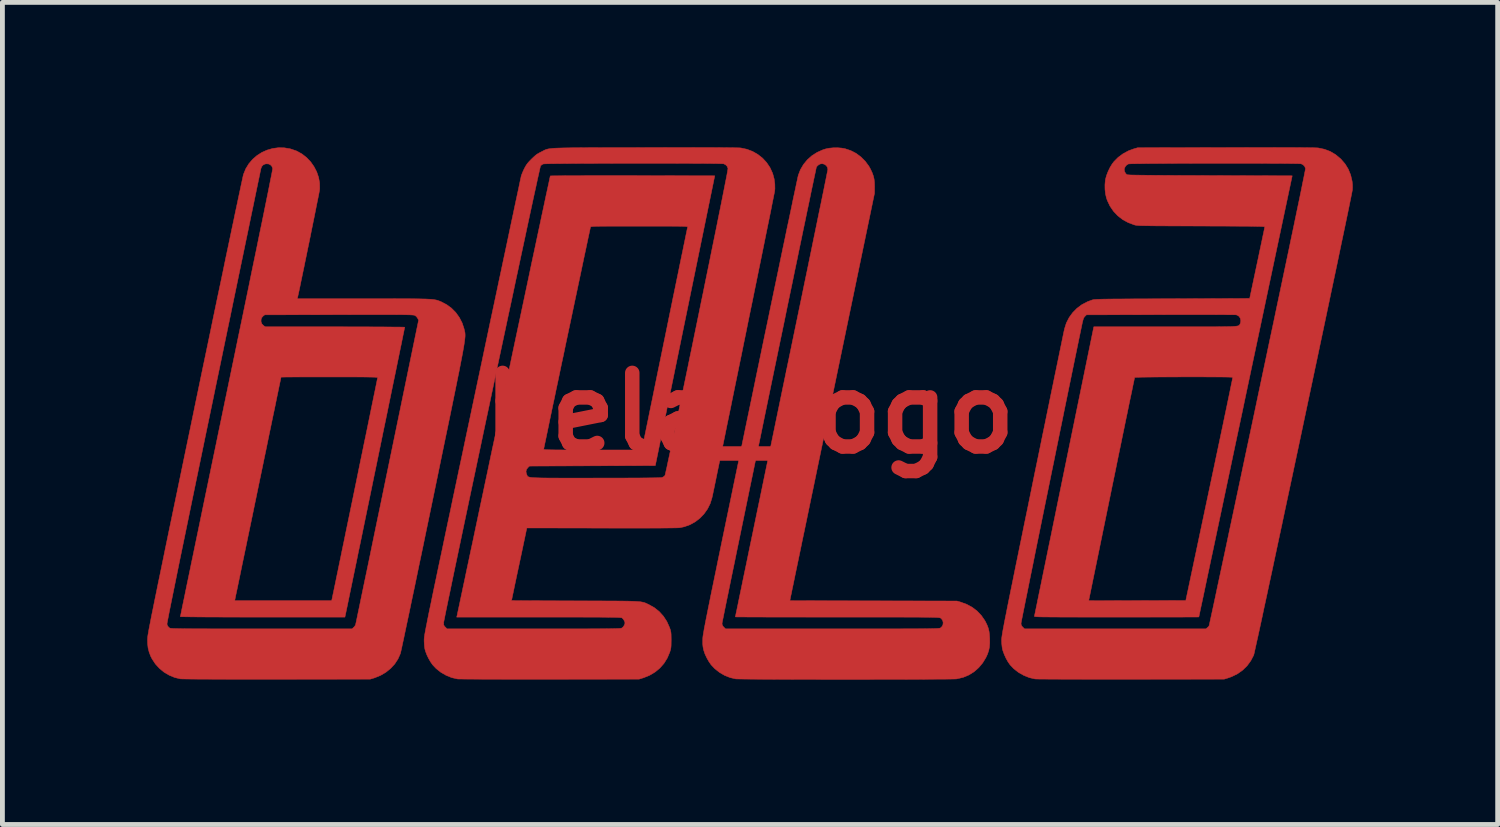
<source format=kicad_pcb>
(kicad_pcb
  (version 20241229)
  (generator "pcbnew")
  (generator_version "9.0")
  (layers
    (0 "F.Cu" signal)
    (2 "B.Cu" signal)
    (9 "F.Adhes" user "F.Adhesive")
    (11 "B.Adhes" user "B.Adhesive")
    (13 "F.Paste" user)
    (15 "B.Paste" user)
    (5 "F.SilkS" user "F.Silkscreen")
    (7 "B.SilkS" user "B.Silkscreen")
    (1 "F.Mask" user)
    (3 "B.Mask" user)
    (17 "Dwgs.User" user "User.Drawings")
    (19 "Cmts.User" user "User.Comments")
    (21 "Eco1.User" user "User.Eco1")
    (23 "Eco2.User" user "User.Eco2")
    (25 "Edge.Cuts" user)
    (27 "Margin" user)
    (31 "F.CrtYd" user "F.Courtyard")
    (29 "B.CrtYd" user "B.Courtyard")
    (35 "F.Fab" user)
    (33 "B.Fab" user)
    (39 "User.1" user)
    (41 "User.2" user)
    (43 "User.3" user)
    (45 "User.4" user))
  (footprint "bela_logo"
    (layer "F.Cu")
    (at 12.475 5.507)
    (property "Reference" "bela_logo" (at 0 0 0) (layer "F.Cu") (effects (font (size 1.524 1.524) (thickness 0.3))))
    (attr through_hole)
    (fp_poly (pts (xy 1.907 -5.49) (xy 1.974 -5.478) (xy 2.092 -5.439) (xy 2.203 -5.382) (xy 2.304 -5.307) (xy 2.393 -5.218) (xy 2.468 -5.117) (xy 2.503 -5.054) (xy 2.538 -4.979) (xy 2.562 -4.912) (xy 2.577 -4.848) (xy 2.585 -4.777) (xy 2.587 -4.692) (xy 2.587 -4.688) (xy 2.586 -4.556) (xy 1.716 -0.37) (xy 1.654 -0.077) (xy 1.594 0.212) (xy 1.536 0.494) (xy 1.478 0.771) (xy 1.422 1.04) (xy 1.368 1.301) (xy 1.316 1.553) (xy 1.265 1.796) (xy 1.217 2.029) (xy 1.171 2.251) (xy 1.127 2.462) (xy 1.085 2.661) (xy 1.047 2.847) (xy 1.011 3.019) (xy 0.978 3.177) (xy 0.948 3.321) (xy 0.922 3.448) (xy 0.899 3.56) (xy 0.879 3.654) (xy 0.864 3.731) (xy 0.851 3.789) (xy 0.843 3.828) (xy 0.84 3.847) (xy 0.839 3.849) (xy 0.833 3.883) (xy 4.292 3.89) (xy 4.372 3.913) (xy 4.495 3.958) (xy 4.608 4.019) (xy 4.709 4.096) (xy 4.796 4.187) (xy 4.867 4.289) (xy 4.883 4.317) (xy 4.917 4.387) (xy 4.941 4.45) (xy 4.957 4.514) (xy 4.966 4.585) (xy 4.971 4.663) (xy 4.972 4.759) (xy 4.966 4.841) (xy 4.951 4.914) (xy 4.927 4.986) (xy 4.895 5.057) (xy 4.826 5.171) (xy 4.743 5.27) (xy 4.648 5.354) (xy 4.541 5.421) (xy 4.424 5.47) (xy 4.298 5.5) (xy 4.282 5.503) (xy 4.263 5.504) (xy 4.224 5.505) (xy 4.166 5.506) (xy 4.091 5.507) (xy 3.999 5.508) (xy 3.893 5.508) (xy 3.773 5.509) (xy 3.64 5.51) (xy 3.495 5.511) (xy 3.34 5.511) (xy 3.177 5.512) (xy 3.005 5.512) (xy 2.827 5.512) (xy 2.644 5.512) (xy 2.457 5.513) (xy 2.266 5.513) (xy 2.074 5.513) (xy 1.881 5.513) (xy 1.689 5.513) (xy 1.5 5.513) (xy 1.313 5.512) (xy 1.13 5.512) (xy 0.953 5.512) (xy 0.783 5.511) (xy 0.621 5.511) (xy 0.468 5.51) (xy 0.326 5.51) (xy 0.195 5.509) (xy 0.077 5.508) (xy -0.026 5.507) (xy -0.115 5.506) (xy -0.187 5.505) (xy -0.241 5.504) (xy -0.277 5.503) (xy -0.291 5.502) (xy -0.406 5.475) (xy -0.519 5.43) (xy -0.625 5.368) (xy -0.721 5.292) (xy -0.797 5.212) (xy -0.843 5.146) (xy -0.887 5.069) (xy -0.925 4.988) (xy -0.951 4.911) (xy -0.958 4.885) (xy -0.967 4.834) (xy -0.972 4.779) (xy -0.972 4.714) (xy -0.971 4.675) (xy -0.971 4.664) (xy -0.97 4.652) (xy -0.969 4.638) (xy -0.967 4.621) (xy -0.964 4.601) (xy -0.96 4.578) (xy -0.956 4.55) (xy -0.95 4.518) (xy -0.944 4.481) (xy -0.936 4.437) (xy -0.926 4.387) (xy -0.919 4.352) (xy -0.572 4.352) (xy -0.568 4.384) (xy -0.554 4.41) (xy -0.536 4.43) (xy -0.5 4.466) (xy 1.711 4.466) (xy 1.965 4.466) (xy 2.2 4.466) (xy 2.414 4.466) (xy 2.611 4.466) (xy 2.789 4.466) (xy 2.951 4.466) (xy 3.096 4.466) (xy 3.227 4.465) (xy 3.343 4.465) (xy 3.446 4.465) (xy 3.536 4.464) (xy 3.614 4.464) (xy 3.682 4.463) (xy 3.739 4.462) (xy 3.788 4.461) (xy 3.828 4.46) (xy 3.86 4.459) (xy 3.886 4.458) (xy 3.907 4.456) (xy 3.922 4.455) (xy 3.934 4.453) (xy 3.942 4.451) (xy 3.948 4.449) (xy 3.953 4.447) (xy 3.954 4.446) (xy 3.986 4.415) (xy 4.004 4.375) (xy 4.007 4.331) (xy 3.995 4.288) (xy 3.969 4.254) (xy 3.955 4.243) (xy 3.951 4.241) (xy 3.945 4.239) (xy 3.938 4.237) (xy 3.929 4.235) (xy 3.915 4.233) (xy 3.898 4.232) (xy 3.874 4.23) (xy 3.845 4.229) (xy 3.809 4.228) (xy 3.764 4.227) (xy 3.711 4.226) (xy 3.648 4.226) (xy 3.575 4.225) (xy 3.49 4.224) (xy 3.392 4.224) (xy 3.282 4.224) (xy 3.157 4.223) (xy 3.017 4.223) (xy 2.862 4.223) (xy 2.689 4.223) (xy 2.499 4.223) (xy 2.291 4.223) (xy 2.063 4.223) (xy 1.815 4.223) (xy 1.812 4.223) (xy 1.603 4.223) (xy 1.399 4.223) (xy 1.202 4.223) (xy 1.012 4.222) (xy 0.831 4.222) (xy 0.66 4.222) (xy 0.5 4.222) (xy 0.351 4.222) (xy 0.216 4.221) (xy 0.093 4.221) (xy -0.014 4.221) (xy -0.106 4.22) (xy -0.181 4.22) (xy -0.238 4.22) (xy -0.276 4.219) (xy -0.295 4.219) (xy -0.296 4.219) (xy -0.294 4.208) (xy -0.288 4.178) (xy -0.278 4.128) (xy -0.263 4.059) (xy -0.245 3.972) (xy -0.224 3.868) (xy -0.199 3.747) (xy -0.17 3.609) (xy -0.139 3.457) (xy -0.104 3.289) (xy -0.066 3.108) (xy -0.026 2.913) (xy 0.017 2.705) (xy 0.063 2.485) (xy 0.111 2.253) (xy 0.161 2.011) (xy 0.214 1.758) (xy 0.268 1.496) (xy 0.324 1.225) (xy 0.382 0.946) (xy 0.442 0.659) (xy 0.503 0.365) (xy 0.565 0.065) (xy 0.628 -0.24) (xy 0.661 -0.4) (xy 0.725 -0.708) (xy 0.788 -1.011) (xy 0.85 -1.309) (xy 0.91 -1.6) (xy 0.969 -1.884) (xy 1.026 -2.16) (xy 1.082 -2.428) (xy 1.135 -2.687) (xy 1.187 -2.936) (xy 1.236 -3.175) (xy 1.283 -3.402) (xy 1.327 -3.618) (xy 1.369 -3.821) (xy 1.408 -4.011) (xy 1.444 -4.188) (xy 1.478 -4.35) (xy 1.508 -4.497) (xy 1.535 -4.628) (xy 1.558 -4.743) (xy 1.578 -4.841) (xy 1.594 -4.921) (xy 1.606 -4.982) (xy 1.615 -5.025) (xy 1.619 -5.048) (xy 1.619 -5.051) (xy 1.61 -5.094) (xy 1.584 -5.13) (xy 1.547 -5.156) (xy 1.504 -5.167) (xy 1.467 -5.163) (xy 1.434 -5.148) (xy 1.403 -5.123) (xy 1.383 -5.097) (xy 1.381 -5.092) (xy 1.378 -5.078) (xy 1.371 -5.044) (xy 1.36 -4.991) (xy 1.345 -4.92) (xy 1.326 -4.831) (xy 1.304 -4.726) (xy 1.278 -4.605) (xy 1.25 -4.469) (xy 1.219 -4.318) (xy 1.184 -4.154) (xy 1.148 -3.978) (xy 1.108 -3.789) (xy 1.067 -3.59) (xy 1.023 -3.38) (xy 0.978 -3.16) (xy 0.93 -2.932) (xy 0.882 -2.696) (xy 0.831 -2.453) (xy 0.779 -2.204) (xy 0.727 -1.949) (xy 0.673 -1.689) (xy 0.618 -1.425) (xy 0.563 -1.159) (xy 0.507 -0.89) (xy 0.451 -0.619) (xy 0.395 -0.348) (xy 0.339 -0.077) (xy 0.283 0.194) (xy 0.228 0.463) (xy 0.173 0.729) (xy 0.118 0.992) (xy 0.065 1.251) (xy 0.012 1.505) (xy -0.039 1.753) (xy -0.089 1.995) (xy -0.137 2.23) (xy -0.184 2.457) (xy -0.229 2.675) (xy -0.272 2.883) (xy -0.312 3.081) (xy -0.351 3.268) (xy -0.387 3.442) (xy -0.42 3.604) (xy -0.45 3.752) (xy -0.478 3.886) (xy -0.502 4.005) (xy -0.523 4.107) (xy -0.54 4.193) (xy -0.554 4.261) (xy -0.564 4.311) (xy -0.57 4.341) (xy -0.572 4.352) (xy -0.919 4.352) (xy -0.915 4.33) (xy -0.903 4.265) (xy -0.888 4.192) (xy -0.872 4.111) (xy -0.854 4.02) (xy -0.833 3.919) (xy -0.811 3.807) (xy -0.786 3.685) (xy -0.758 3.55) (xy -0.728 3.404) (xy -0.695 3.245) (xy -0.66 3.072) (xy -0.621 2.885) (xy -0.58 2.684) (xy -0.535 2.468) (xy -0.487 2.236) (xy -0.435 1.987) (xy -0.38 1.722) (xy -0.322 1.44) (xy -0.259 1.139) (xy -0.193 0.82) (xy -0.123 0.482) (xy -0.049 0.124) (xy 0.009 -0.153) (xy 0.074 -0.465) (xy 0.137 -0.772) (xy 0.2 -1.073) (xy 0.261 -1.368) (xy 0.321 -1.656) (xy 0.38 -1.936) (xy 0.436 -2.208) (xy 0.491 -2.471) (xy 0.544 -2.724) (xy 0.595 -2.967) (xy 0.643 -3.199) (xy 0.689 -3.42) (xy 0.733 -3.628) (xy 0.773 -3.823) (xy 0.812 -4.005) (xy 0.847 -4.172) (xy 0.879 -4.325) (xy 0.907 -4.462) (xy 0.933 -4.582) (xy 0.955 -4.686) (xy 0.973 -4.772) (xy 0.988 -4.84) (xy 0.998 -4.889) (xy 1.005 -4.918) (xy 1.007 -4.927) (xy 1.052 -5.045) (xy 1.116 -5.153) (xy 1.196 -5.25) (xy 1.29 -5.333) (xy 1.398 -5.402) (xy 1.517 -5.455) (xy 1.574 -5.473) (xy 1.647 -5.488) (xy 1.732 -5.496) (xy 1.821 -5.497) (xy 1.907 -5.49)) (stroke (width 0.01) (type solid)) (fill yes) (layer "F.Cu"))
    (fp_poly (pts (xy -9.639 -5.496) (xy -9.517 -5.476) (xy -9.398 -5.436) (xy -9.378 -5.428) (xy -9.272 -5.369) (xy -9.176 -5.294) (xy -9.092 -5.206) (xy -9.022 -5.106) (xy -8.966 -4.998) (xy -8.927 -4.884) (xy -8.906 -4.767) (xy -8.904 -4.648) (xy -8.906 -4.631) (xy -8.908 -4.614) (xy -8.915 -4.578) (xy -8.925 -4.525) (xy -8.939 -4.456) (xy -8.956 -4.373) (xy -8.975 -4.278) (xy -8.996 -4.172) (xy -9.019 -4.057) (xy -9.044 -3.935) (xy -9.07 -3.808) (xy -9.096 -3.677) (xy -9.123 -3.544) (xy -9.151 -3.41) (xy -9.178 -3.277) (xy -9.205 -3.148) (xy -9.23 -3.023) (xy -9.255 -2.905) (xy -9.278 -2.794) (xy -9.299 -2.693) (xy -9.317 -2.604) (xy -9.333 -2.528) (xy -9.347 -2.466) (xy -9.356 -2.422) (xy -9.363 -2.395) (xy -9.363 -2.394) (xy -9.369 -2.371) (xy -7.996 -2.371) (xy -7.792 -2.371) (xy -7.608 -2.371) (xy -7.443 -2.371) (xy -7.295 -2.37) (xy -7.164 -2.37) (xy -7.048 -2.37) (xy -6.947 -2.369) (xy -6.859 -2.368) (xy -6.783 -2.366) (xy -6.717 -2.365) (xy -6.662 -2.362) (xy -6.615 -2.36) (xy -6.575 -2.357) (xy -6.542 -2.353) (xy -6.514 -2.348) (xy -6.489 -2.343) (xy -6.468 -2.338) (xy -6.448 -2.331) (xy -6.429 -2.324) (xy -6.409 -2.316) (xy -6.388 -2.307) (xy -6.385 -2.306) (xy -6.275 -2.248) (xy -6.174 -2.174) (xy -6.086 -2.085) (xy -6.013 -1.983) (xy -5.955 -1.871) (xy -5.915 -1.751) (xy -5.911 -1.733) (xy -5.907 -1.717) (xy -5.904 -1.702) (xy -5.9 -1.688) (xy -5.897 -1.674) (xy -5.895 -1.659) (xy -5.894 -1.643) (xy -5.893 -1.625) (xy -5.893 -1.604) (xy -5.894 -1.579) (xy -5.897 -1.55) (xy -5.901 -1.516) (xy -5.906 -1.477) (xy -5.913 -1.431) (xy -5.921 -1.379) (xy -5.932 -1.318) (xy -5.944 -1.249) (xy -5.959 -1.171) (xy -5.976 -1.083) (xy -5.995 -0.985) (xy -6.016 -0.875) (xy -6.041 -0.754) (xy -6.068 -0.62) (xy -6.098 -0.472) (xy -6.131 -0.311) (xy -6.167 -0.134) (xy -6.206 0.057) (xy -6.249 0.265) (xy -6.296 0.49) (xy -6.346 0.732) (xy -6.4 0.993) (xy -6.457 1.272) (xy -6.519 1.571) (xy -6.555 1.746) (xy -6.608 2.002) (xy -6.66 2.252) (xy -6.711 2.497) (xy -6.76 2.735) (xy -6.808 2.965) (xy -6.855 3.188) (xy -6.899 3.401) (xy -6.941 3.604) (xy -6.982 3.797) (xy -7.02 3.978) (xy -7.055 4.147) (xy -7.088 4.302) (xy -7.118 4.444) (xy -7.145 4.571) (xy -7.168 4.682) (xy -7.189 4.777) (xy -7.205 4.854) (xy -7.218 4.913) (xy -7.228 4.954) (xy -7.233 4.975) (xy -7.233 4.977) (xy -7.283 5.09) (xy -7.351 5.194) (xy -7.436 5.286) (xy -7.535 5.366) (xy -7.646 5.431) (xy -7.769 5.481) (xy -7.779 5.484) (xy -7.858 5.508) (xy -9.79 5.51) (xy -10.002 5.51) (xy -10.207 5.51) (xy -10.404 5.51) (xy -10.592 5.51) (xy -10.771 5.51) (xy -10.938 5.509) (xy -11.093 5.509) (xy -11.235 5.508) (xy -11.363 5.508) (xy -11.476 5.507) (xy -11.574 5.506) (xy -11.654 5.505) (xy -11.716 5.504) (xy -11.76 5.503) (xy -11.784 5.502) (xy -11.787 5.502) (xy -11.906 5.474) (xy -12.02 5.427) (xy -12.127 5.364) (xy -12.223 5.285) (xy -12.307 5.193) (xy -12.375 5.09) (xy -12.403 5.036) (xy -12.436 4.95) (xy -12.458 4.865) (xy -12.468 4.775) (xy -12.47 4.699) (xy -12.47 4.689) (xy -12.47 4.679) (xy -12.469 4.667) (xy -12.468 4.655) (xy -12.467 4.64) (xy -12.465 4.622) (xy -12.462 4.601) (xy -12.458 4.576) (xy -12.453 4.547) (xy -12.447 4.512) (xy -12.44 4.472) (xy -12.431 4.426) (xy -12.421 4.374) (xy -12.42 4.371) (xy -12.067 4.371) (xy -12.05 4.412) (xy -12.021 4.442) (xy -12.012 4.448) (xy -12.008 4.451) (xy -12.001 4.453) (xy -11.991 4.454) (xy -11.977 4.456) (xy -11.958 4.458) (xy -11.933 4.459) (xy -11.9 4.46) (xy -11.86 4.461) (xy -11.811 4.462) (xy -11.752 4.463) (xy -11.683 4.464) (xy -11.601 4.464) (xy -11.508 4.465) (xy -11.401 4.465) (xy -11.279 4.465) (xy -11.143 4.466) (xy -10.99 4.466) (xy -10.819 4.466) (xy -10.631 4.466) (xy -10.424 4.466) (xy -10.197 4.466) (xy -10.111 4.466) (xy -8.235 4.466) (xy -8.204 4.439) (xy -8.179 4.412) (xy -8.162 4.382) (xy -8.161 4.379) (xy -8.158 4.365) (xy -8.151 4.333) (xy -8.14 4.281) (xy -8.125 4.21) (xy -8.107 4.122) (xy -8.085 4.018) (xy -8.06 3.897) (xy -8.032 3.762) (xy -8.001 3.612) (xy -7.967 3.449) (xy -7.93 3.273) (xy -7.891 3.086) (xy -7.85 2.887) (xy -7.807 2.678) (xy -7.762 2.46) (xy -7.715 2.233) (xy -7.666 1.998) (xy -7.616 1.757) (xy -7.565 1.509) (xy -7.513 1.256) (xy -7.503 1.209) (xy -6.856 -1.926) (xy -6.876 -1.966) (xy -6.903 -2.003) (xy -6.932 -2.024) (xy -6.938 -2.027) (xy -6.946 -2.029) (xy -6.957 -2.031) (xy -6.972 -2.033) (xy -6.992 -2.034) (xy -7.017 -2.036) (xy -7.05 -2.037) (xy -7.092 -2.038) (xy -7.142 -2.039) (xy -7.203 -2.04) (xy -7.274 -2.04) (xy -7.358 -2.041) (xy -7.456 -2.041) (xy -7.568 -2.041) (xy -7.695 -2.041) (xy -7.838 -2.041) (xy -7.999 -2.041) (xy -8.179 -2.041) (xy -8.377 -2.04) (xy -8.506 -2.04) (xy -10.042 -2.037) (xy -10.072 -2.015) (xy -10.104 -1.98) (xy -10.119 -1.936) (xy -10.118 -1.891) (xy -10.101 -1.848) (xy -10.067 -1.814) (xy -10.066 -1.813) (xy -10.03 -1.789) (xy -8.587 -1.789) (xy -8.414 -1.789) (xy -8.247 -1.788) (xy -8.087 -1.788) (xy -7.935 -1.788) (xy -7.793 -1.787) (xy -7.662 -1.787) (xy -7.543 -1.786) (xy -7.437 -1.785) (xy -7.345 -1.784) (xy -7.269 -1.784) (xy -7.21 -1.783) (xy -7.169 -1.782) (xy -7.147 -1.781) (xy -7.144 -1.78) (xy -7.146 -1.769) (xy -7.152 -1.739) (xy -7.162 -1.69) (xy -7.176 -1.623) (xy -7.193 -1.539) (xy -7.213 -1.439) (xy -7.237 -1.325) (xy -7.263 -1.197) (xy -7.292 -1.057) (xy -7.323 -0.904) (xy -7.357 -0.741) (xy -7.393 -0.568) (xy -7.43 -0.387) (xy -7.469 -0.197) (xy -7.509 -0.001) (xy -7.551 0.201) (xy -7.594 0.407) (xy -7.637 0.618) (xy -7.681 0.831) (xy -7.725 1.046) (xy -7.77 1.262) (xy -7.814 1.477) (xy -7.858 1.691) (xy -7.902 1.903) (xy -7.945 2.112) (xy -7.987 2.316) (xy -8.028 2.516) (xy -8.068 2.709) (xy -8.107 2.894) (xy -8.143 3.072) (xy -8.178 3.24) (xy -8.211 3.398) (xy -8.241 3.545) (xy -8.269 3.68) (xy -8.294 3.801) (xy -8.316 3.908) (xy -8.335 4) (xy -8.351 4.076) (xy -8.363 4.135) (xy -8.372 4.175) (xy -8.376 4.196) (xy -8.377 4.199) (xy -8.382 4.223) (xy -10.086 4.223) (xy -10.309 4.223) (xy -10.52 4.223) (xy -10.716 4.222) (xy -10.898 4.222) (xy -11.065 4.221) (xy -11.217 4.221) (xy -11.352 4.22) (xy -11.47 4.219) (xy -11.571 4.218) (xy -11.653 4.217) (xy -11.717 4.216) (xy -11.761 4.215) (xy -11.785 4.214) (xy -11.79 4.213) (xy -11.788 4.202) (xy -11.781 4.171) (xy -11.771 4.121) (xy -11.757 4.051) (xy -11.739 3.964) (xy -11.722 3.884) (xy -10.665 3.884) (xy -8.658 3.884) (xy -8.652 3.86) (xy -8.648 3.845) (xy -8.641 3.81) (xy -8.63 3.756) (xy -8.615 3.686) (xy -8.597 3.6) (xy -8.576 3.499) (xy -8.553 3.385) (xy -8.526 3.257) (xy -8.498 3.119) (xy -8.467 2.971) (xy -8.435 2.813) (xy -8.4 2.647) (xy -8.365 2.475) (xy -8.328 2.297) (xy -8.29 2.114) (xy -8.252 1.929) (xy -8.213 1.741) (xy -8.174 1.551) (xy -8.135 1.362) (xy -8.097 1.174) (xy -8.059 0.989) (xy -8.021 0.807) (xy -7.985 0.629) (xy -7.949 0.458) (xy -7.915 0.293) (xy -7.883 0.136) (xy -7.853 -0.011) (xy -7.825 -0.149) (xy -7.799 -0.274) (xy -7.776 -0.387) (xy -7.755 -0.487) (xy -7.738 -0.571) (xy -7.724 -0.64) (xy -7.714 -0.691) (xy -7.707 -0.724) (xy -7.705 -0.738) (xy -7.705 -0.738) (xy -7.708 -0.74) (xy -7.719 -0.742) (xy -7.739 -0.744) (xy -7.769 -0.746) (xy -7.81 -0.747) (xy -7.863 -0.748) (xy -7.929 -0.749) (xy -8.01 -0.75) (xy -8.106 -0.75) (xy -8.218 -0.751) (xy -8.348 -0.751) (xy -8.497 -0.751) (xy -8.665 -0.751) (xy -8.705 -0.751) (xy -8.848 -0.751) (xy -8.986 -0.751) (xy -9.115 -0.751) (xy -9.236 -0.751) (xy -9.346 -0.75) (xy -9.444 -0.75) (xy -9.529 -0.749) (xy -9.599 -0.749) (xy -9.652 -0.748) (xy -9.688 -0.747) (xy -9.704 -0.747) (xy -9.705 -0.746) (xy -9.707 -0.736) (xy -9.713 -0.706) (xy -9.723 -0.657) (xy -9.737 -0.591) (xy -9.754 -0.509) (xy -9.774 -0.412) (xy -9.797 -0.302) (xy -9.822 -0.178) (xy -9.85 -0.043) (xy -9.881 0.103) (xy -9.913 0.258) (xy -9.947 0.421) (xy -9.982 0.591) (xy -10.018 0.768) (xy -10.056 0.948) (xy -10.094 1.133) (xy -10.133 1.32) (xy -10.172 1.508) (xy -10.211 1.697) (xy -10.25 1.884) (xy -10.288 2.069) (xy -10.326 2.252) (xy -10.363 2.429) (xy -10.399 2.602) (xy -10.433 2.767) (xy -10.466 2.925) (xy -10.497 3.074) (xy -10.526 3.213) (xy -10.552 3.341) (xy -10.576 3.456) (xy -10.597 3.558) (xy -10.615 3.645) (xy -10.63 3.716) (xy -10.642 3.77) (xy -10.649 3.807) (xy -10.65 3.813) (xy -10.665 3.884) (xy -11.722 3.884) (xy -11.717 3.86) (xy -11.692 3.738) (xy -11.664 3.601) (xy -11.632 3.448) (xy -11.597 3.28) (xy -11.56 3.098) (xy -11.519 2.903) (xy -11.476 2.694) (xy -11.43 2.474) (xy -11.382 2.242) (xy -11.332 1.999) (xy -11.28 1.747) (xy -11.225 1.484) (xy -11.169 1.213) (xy -11.111 0.933) (xy -11.051 0.646) (xy -10.991 0.353) (xy -10.928 0.052) (xy -10.865 -0.253) (xy -10.831 -0.415) (xy -10.745 -0.83) (xy -10.663 -1.225) (xy -10.586 -1.599) (xy -10.512 -1.953) (xy -10.443 -2.287) (xy -10.378 -2.601) (xy -10.318 -2.896) (xy -10.261 -3.171) (xy -10.208 -3.426) (xy -10.16 -3.663) (xy -10.115 -3.88) (xy -10.074 -4.079) (xy -10.038 -4.258) (xy -10.005 -4.42) (xy -9.976 -4.563) (xy -9.951 -4.688) (xy -9.93 -4.795) (xy -9.912 -4.884) (xy -9.898 -4.955) (xy -9.888 -5.009) (xy -9.881 -5.046) (xy -9.879 -5.066) (xy -9.878 -5.069) (xy -9.895 -5.113) (xy -9.926 -5.145) (xy -9.968 -5.163) (xy -10.015 -5.164) (xy -10.039 -5.159) (xy -10.078 -5.139) (xy -10.104 -5.109) (xy -10.122 -5.064) (xy -10.126 -5.044) (xy -10.129 -5.03) (xy -10.136 -4.996) (xy -10.147 -4.943) (xy -10.162 -4.87) (xy -10.181 -4.78) (xy -10.203 -4.673) (xy -10.229 -4.549) (xy -10.258 -4.408) (xy -10.29 -4.253) (xy -10.326 -4.082) (xy -10.364 -3.897) (xy -10.405 -3.699) (xy -10.449 -3.489) (xy -10.495 -3.266) (xy -10.544 -3.032) (xy -10.595 -2.786) (xy -10.648 -2.531) (xy -10.703 -2.267) (xy -10.759 -1.993) (xy -10.818 -1.712) (xy -10.878 -1.423) (xy -10.939 -1.127) (xy -11.002 -0.825) (xy -11.066 -0.518) (xy -11.106 -0.322) (xy -11.194 0.101) (xy -11.278 0.504) (xy -11.357 0.887) (xy -11.432 1.249) (xy -11.503 1.591) (xy -11.569 1.912) (xy -11.631 2.214) (xy -11.689 2.495) (xy -11.743 2.756) (xy -11.793 2.998) (xy -11.838 3.219) (xy -11.879 3.421) (xy -11.916 3.603) (xy -11.949 3.765) (xy -11.978 3.908) (xy -12.003 4.032) (xy -12.024 4.136) (xy -12.04 4.221) (xy -12.053 4.287) (xy -12.062 4.334) (xy -12.066 4.362) (xy -12.067 4.371) (xy -12.42 4.371) (xy -12.409 4.313) (xy -12.396 4.245) (xy -12.381 4.169) (xy -12.363 4.083) (xy -12.344 3.988) (xy -12.323 3.883) (xy -12.299 3.767) (xy -12.273 3.639) (xy -12.245 3.5) (xy -12.213 3.348) (xy -12.179 3.183) (xy -12.142 3.004) (xy -12.103 2.812) (xy -12.06 2.604) (xy -12.014 2.381) (xy -11.964 2.142) (xy -11.911 1.887) (xy -11.854 1.614) (xy -11.794 1.324) (xy -11.73 1.015) (xy -11.662 0.688) (xy -11.59 0.342) (xy -11.514 -0.025) (xy -11.49 -0.143) (xy -11.425 -0.455) (xy -11.361 -0.763) (xy -11.298 -1.065) (xy -11.236 -1.361) (xy -11.176 -1.649) (xy -11.118 -1.931) (xy -11.061 -2.204) (xy -11.006 -2.468) (xy -10.952 -2.722) (xy -10.901 -2.966) (xy -10.853 -3.2) (xy -10.806 -3.422) (xy -10.762 -3.631) (xy -10.721 -3.828) (xy -10.682 -4.011) (xy -10.647 -4.18) (xy -10.614 -4.334) (xy -10.585 -4.472) (xy -10.559 -4.594) (xy -10.537 -4.699) (xy -10.518 -4.787) (xy -10.503 -4.856) (xy -10.492 -4.907) (xy -10.485 -4.938) (xy -10.482 -4.948) (xy -10.435 -5.063) (xy -10.371 -5.167) (xy -10.293 -5.258) (xy -10.203 -5.336) (xy -10.103 -5.4) (xy -9.994 -5.449) (xy -9.879 -5.482) (xy -9.76 -5.498) (xy -9.639 -5.496)) (stroke (width 0.01) (type solid)) (fill yes) (layer "F.Cu"))
    (fp_poly (pts (xy 10.807 -5.502) (xy 10.992 -5.501) (xy 11.156 -5.501) (xy 11.301 -5.501) (xy 11.426 -5.5) (xy 11.532 -5.499) (xy 11.619 -5.498) (xy 11.687 -5.497) (xy 11.736 -5.495) (xy 11.767 -5.494) (xy 11.775 -5.493) (xy 11.904 -5.466) (xy 12.023 -5.421) (xy 12.133 -5.356) (xy 12.234 -5.272) (xy 12.246 -5.261) (xy 12.332 -5.161) (xy 12.398 -5.053) (xy 12.446 -4.935) (xy 12.476 -4.807) (xy 12.478 -4.791) (xy 12.484 -4.735) (xy 12.485 -4.677) (xy 12.483 -4.63) (xy 12.48 -4.613) (xy 12.473 -4.575) (xy 12.462 -4.519) (xy 12.447 -4.444) (xy 12.428 -4.352) (xy 12.406 -4.243) (xy 12.38 -4.118) (xy 12.351 -3.979) (xy 12.319 -3.825) (xy 12.284 -3.658) (xy 12.246 -3.478) (xy 12.206 -3.286) (xy 12.164 -3.083) (xy 12.119 -2.87) (xy 12.072 -2.648) (xy 12.023 -2.416) (xy 11.973 -2.177) (xy 11.921 -1.931) (xy 11.868 -1.678) (xy 11.813 -1.42) (xy 11.758 -1.157) (xy 11.701 -0.89) (xy 11.644 -0.62) (xy 11.586 -0.348) (xy 11.528 -0.074) (xy 11.47 0.2) (xy 11.412 0.475) (xy 11.354 0.749) (xy 11.296 1.021) (xy 11.239 1.29) (xy 11.182 1.557) (xy 11.126 1.819) (xy 11.071 2.077) (xy 11.018 2.329) (xy 10.965 2.575) (xy 10.914 2.814) (xy 10.865 3.044) (xy 10.818 3.266) (xy 10.772 3.479) (xy 10.729 3.681) (xy 10.688 3.871) (xy 10.649 4.05) (xy 10.614 4.217) (xy 10.581 4.369) (xy 10.551 4.508) (xy 10.524 4.631) (xy 10.5 4.738) (xy 10.48 4.829) (xy 10.464 4.902) (xy 10.452 4.957) (xy 10.443 4.993) (xy 10.439 5.009) (xy 10.439 5.01) (xy 10.378 5.127) (xy 10.302 5.231) (xy 10.21 5.321) (xy 10.103 5.397) (xy 9.983 5.456) (xy 9.904 5.484) (xy 9.827 5.508) (xy 7.895 5.51) (xy 7.694 5.51) (xy 7.498 5.51) (xy 7.308 5.51) (xy 7.125 5.51) (xy 6.951 5.51) (xy 6.787 5.509) (xy 6.633 5.509) (xy 6.491 5.509) (xy 6.362 5.508) (xy 6.247 5.508) (xy 6.147 5.507) (xy 6.063 5.506) (xy 5.996 5.506) (xy 5.948 5.505) (xy 5.919 5.504) (xy 5.911 5.504) (xy 5.791 5.476) (xy 5.675 5.429) (xy 5.566 5.367) (xy 5.469 5.291) (xy 5.394 5.212) (xy 5.351 5.151) (xy 5.309 5.076) (xy 5.273 4.997) (xy 5.245 4.921) (xy 5.234 4.882) (xy 5.227 4.836) (xy 5.221 4.779) (xy 5.218 4.72) (xy 5.218 4.7) (xy 5.218 4.688) (xy 5.218 4.676) (xy 5.22 4.66) (xy 5.222 4.642) (xy 5.225 4.62) (xy 5.229 4.594) (xy 5.234 4.562) (xy 5.24 4.524) (xy 5.248 4.48) (xy 5.258 4.429) (xy 5.269 4.369) (xy 5.272 4.354) (xy 5.62 4.354) (xy 5.624 4.385) (xy 5.639 4.412) (xy 5.656 4.43) (xy 5.692 4.466) (xy 9.448 4.466) (xy 9.476 4.444) (xy 9.499 4.423) (xy 9.514 4.403) (xy 9.517 4.392) (xy 9.524 4.36) (xy 9.535 4.309) (xy 9.55 4.24) (xy 9.569 4.152) (xy 9.592 4.047) (xy 9.618 3.925) (xy 9.648 3.786) (xy 9.68 3.633) (xy 9.716 3.464) (xy 9.755 3.282) (xy 9.797 3.085) (xy 9.842 2.876) (xy 9.889 2.655) (xy 9.938 2.422) (xy 9.99 2.179) (xy 10.044 1.925) (xy 10.1 1.661) (xy 10.158 1.389) (xy 10.217 1.108) (xy 10.278 0.819) (xy 10.341 0.524) (xy 10.405 0.222) (xy 10.47 -0.085) (xy 10.52 -0.324) (xy 10.609 -0.745) (xy 10.694 -1.146) (xy 10.774 -1.527) (xy 10.851 -1.887) (xy 10.922 -2.227) (xy 10.99 -2.548) (xy 11.053 -2.848) (xy 11.112 -3.128) (xy 11.167 -3.389) (xy 11.217 -3.631) (xy 11.264 -3.853) (xy 11.306 -4.056) (xy 11.344 -4.24) (xy 11.379 -4.406) (xy 11.409 -4.552) (xy 11.435 -4.68) (xy 11.457 -4.79) (xy 11.476 -4.881) (xy 11.49 -4.954) (xy 11.501 -5.009) (xy 11.508 -5.046) (xy 11.51 -5.065) (xy 11.511 -5.068) (xy 11.494 -5.112) (xy 11.46 -5.146) (xy 11.42 -5.165) (xy 11.404 -5.166) (xy 11.369 -5.168) (xy 11.314 -5.169) (xy 11.243 -5.17) (xy 11.157 -5.171) (xy 11.055 -5.172) (xy 10.941 -5.173) (xy 10.816 -5.173) (xy 10.68 -5.174) (xy 10.535 -5.175) (xy 10.383 -5.175) (xy 10.224 -5.175) (xy 10.061 -5.175) (xy 9.894 -5.175) (xy 9.725 -5.175) (xy 9.555 -5.175) (xy 9.386 -5.175) (xy 9.219 -5.175) (xy 9.056 -5.174) (xy 8.897 -5.174) (xy 8.743 -5.173) (xy 8.598 -5.172) (xy 8.461 -5.171) (xy 8.334 -5.171) (xy 8.219 -5.17) (xy 8.116 -5.168) (xy 8.028 -5.167) (xy 7.955 -5.166) (xy 7.899 -5.165) (xy 7.862 -5.163) (xy 7.844 -5.162) (xy 7.843 -5.161) (xy 7.807 -5.14) (xy 7.778 -5.106) (xy 7.76 -5.066) (xy 7.758 -5.046) (xy 7.765 -5.005) (xy 7.785 -4.967) (xy 7.813 -4.94) (xy 7.813 -4.94) (xy 7.82 -4.938) (xy 7.835 -4.937) (xy 7.859 -4.935) (xy 7.892 -4.933) (xy 7.935 -4.932) (xy 7.99 -4.931) (xy 8.056 -4.93) (xy 8.136 -4.929) (xy 8.229 -4.928) (xy 8.337 -4.927) (xy 8.461 -4.926) (xy 8.6 -4.925) (xy 8.757 -4.924) (xy 8.931 -4.923) (xy 9.125 -4.923) (xy 9.337 -4.922) (xy 9.536 -4.921) (xy 11.236 -4.916) (xy 10.269 -0.349) (xy 10.205 -0.043) (xy 10.141 0.258) (xy 10.078 0.554) (xy 10.017 0.842) (xy 9.958 1.124) (xy 9.9 1.397) (xy 9.844 1.662) (xy 9.79 1.918) (xy 9.738 2.164) (xy 9.688 2.399) (xy 9.641 2.623) (xy 9.596 2.836) (xy 9.553 3.036) (xy 9.514 3.222) (xy 9.477 3.395) (xy 9.444 3.553) (xy 9.414 3.696) (xy 9.387 3.824) (xy 9.363 3.935) (xy 9.343 4.028) (xy 9.327 4.104) (xy 9.315 4.162) (xy 9.307 4.2) (xy 9.303 4.218) (xy 9.303 4.22) (xy 9.293 4.22) (xy 9.262 4.221) (xy 9.213 4.221) (xy 9.145 4.221) (xy 9.062 4.221) (xy 8.962 4.222) (xy 8.848 4.222) (xy 8.721 4.222) (xy 8.581 4.222) (xy 8.43 4.222) (xy 8.27 4.223) (xy 8.1 4.223) (xy 7.923 4.223) (xy 7.739 4.223) (xy 7.598 4.223) (xy 7.375 4.223) (xy 7.173 4.223) (xy 6.99 4.223) (xy 6.825 4.223) (xy 6.677 4.222) (xy 6.546 4.222) (xy 6.431 4.222) (xy 6.329 4.221) (xy 6.242 4.221) (xy 6.167 4.22) (xy 6.103 4.22) (xy 6.051 4.219) (xy 6.007 4.218) (xy 5.973 4.217) (xy 5.947 4.215) (xy 5.927 4.214) (xy 5.913 4.212) (xy 5.904 4.211) (xy 5.899 4.209) (xy 5.897 4.206) (xy 5.897 4.204) (xy 5.9 4.192) (xy 5.906 4.161) (xy 5.917 4.11) (xy 5.931 4.041) (xy 5.949 3.954) (xy 5.963 3.884) (xy 7.021 3.884) (xy 9.032 3.879) (xy 9.52 1.572) (xy 9.566 1.354) (xy 9.611 1.143) (xy 9.654 0.938) (xy 9.696 0.74) (xy 9.736 0.55) (xy 9.774 0.369) (xy 9.81 0.199) (xy 9.843 0.04) (xy 9.874 -0.107) (xy 9.902 -0.242) (xy 9.927 -0.362) (xy 9.949 -0.468) (xy 9.967 -0.558) (xy 9.982 -0.631) (xy 9.994 -0.687) (xy 10.001 -0.724) (xy 10.004 -0.742) (xy 10.004 -0.743) (xy 9.993 -0.745) (xy 9.963 -0.746) (xy 9.914 -0.748) (xy 9.85 -0.749) (xy 9.772 -0.75) (xy 9.682 -0.75) (xy 9.581 -0.751) (xy 9.471 -0.751) (xy 9.354 -0.752) (xy 9.233 -0.752) (xy 9.107 -0.752) (xy 8.98 -0.752) (xy 8.854 -0.751) (xy 8.729 -0.751) (xy 8.607 -0.75) (xy 8.492 -0.75) (xy 8.383 -0.749) (xy 8.283 -0.748) (xy 8.195 -0.747) (xy 8.118 -0.746) (xy 8.056 -0.744) (xy 8.011 -0.743) (xy 7.982 -0.741) (xy 7.974 -0.74) (xy 7.971 -0.729) (xy 7.964 -0.698) (xy 7.954 -0.648) (xy 7.939 -0.58) (xy 7.922 -0.495) (xy 7.901 -0.394) (xy 7.876 -0.278) (xy 7.849 -0.148) (xy 7.82 -0.004) (xy 7.787 0.152) (xy 7.753 0.319) (xy 7.716 0.496) (xy 7.678 0.683) (xy 7.637 0.879) (xy 7.596 1.082) (xy 7.553 1.292) (xy 7.508 1.508) (xy 7.494 1.578) (xy 7.021 3.884) (xy 5.963 3.884) (xy 5.97 3.851) (xy 5.994 3.732) (xy 6.022 3.599) (xy 6.052 3.451) (xy 6.085 3.289) (xy 6.121 3.116) (xy 6.159 2.93) (xy 6.199 2.734) (xy 6.242 2.528) (xy 6.286 2.312) (xy 6.332 2.088) (xy 6.379 1.857) (xy 6.428 1.619) (xy 6.478 1.375) (xy 6.514 1.199) (xy 7.127 -1.789) (xy 8.602 -1.789) (xy 8.811 -1.789) (xy 8.999 -1.789) (xy 9.169 -1.789) (xy 9.321 -1.789) (xy 9.456 -1.789) (xy 9.574 -1.789) (xy 9.678 -1.79) (xy 9.768 -1.791) (xy 9.846 -1.792) (xy 9.911 -1.793) (xy 9.966 -1.794) (xy 10.01 -1.796) (xy 10.047 -1.799) (xy 10.075 -1.802) (xy 10.097 -1.805) (xy 10.114 -1.809) (xy 10.126 -1.813) (xy 10.134 -1.818) (xy 10.141 -1.824) (xy 10.145 -1.83) (xy 10.15 -1.837) (xy 10.154 -1.844) (xy 10.164 -1.869) (xy 10.17 -1.905) (xy 10.171 -1.917) (xy 10.161 -1.965) (xy 10.136 -2.005) (xy 10.097 -2.03) (xy 10.074 -2.037) (xy 10.06 -2.038) (xy 10.025 -2.038) (xy 9.972 -2.039) (xy 9.901 -2.039) (xy 9.814 -2.04) (xy 9.712 -2.04) (xy 9.595 -2.041) (xy 9.467 -2.041) (xy 9.326 -2.041) (xy 9.176 -2.041) (xy 9.016 -2.041) (xy 8.849 -2.041) (xy 8.675 -2.041) (xy 8.507 -2.04) (xy 6.975 -2.037) (xy 6.943 -2.005) (xy 6.928 -1.988) (xy 6.916 -1.967) (xy 6.906 -1.938) (xy 6.895 -1.897) (xy 6.885 -1.852) (xy 6.869 -1.775) (xy 6.85 -1.683) (xy 6.827 -1.574) (xy 6.802 -1.452) (xy 6.774 -1.316) (xy 6.743 -1.167) (xy 6.71 -1.007) (xy 6.675 -0.836) (xy 6.638 -0.656) (xy 6.599 -0.467) (xy 6.559 -0.271) (xy 6.517 -0.068) (xy 6.475 0.141) (xy 6.431 0.354) (xy 6.387 0.571) (xy 6.342 0.791) (xy 6.297 1.013) (xy 6.251 1.235) (xy 6.206 1.457) (xy 6.161 1.678) (xy 6.116 1.897) (xy 6.072 2.113) (xy 6.029 2.324) (xy 5.987 2.531) (xy 5.946 2.731) (xy 5.907 2.924) (xy 5.87 3.11) (xy 5.834 3.286) (xy 5.8 3.453) (xy 5.769 3.608) (xy 5.74 3.752) (xy 5.713 3.882) (xy 5.69 3.999) (xy 5.669 4.101) (xy 5.652 4.187) (xy 5.638 4.257) (xy 5.628 4.308) (xy 5.622 4.341) (xy 5.62 4.354) (xy 5.62 4.354) (xy 5.272 4.354) (xy 5.282 4.301) (xy 5.297 4.224) (xy 5.315 4.136) (xy 5.334 4.037) (xy 5.356 3.927) (xy 5.381 3.804) (xy 5.408 3.669) (xy 5.439 3.52) (xy 5.472 3.356) (xy 5.508 3.178) (xy 5.548 2.983) (xy 5.591 2.772) (xy 5.638 2.544) (xy 5.688 2.298) (xy 5.743 2.033) (xy 5.801 1.749) (xy 5.858 1.469) (xy 5.91 1.214) (xy 5.962 0.965) (xy 6.012 0.721) (xy 6.06 0.484) (xy 6.108 0.254) (xy 6.153 0.033) (xy 6.197 -0.18) (xy 6.238 -0.383) (xy 6.278 -0.575) (xy 6.315 -0.756) (xy 6.35 -0.924) (xy 6.382 -1.079) (xy 6.411 -1.22) (xy 6.437 -1.346) (xy 6.46 -1.457) (xy 6.479 -1.551) (xy 6.495 -1.627) (xy 6.507 -1.686) (xy 6.516 -1.726) (xy 6.52 -1.745) (xy 6.52 -1.746) (xy 6.559 -1.869) (xy 6.617 -1.982) (xy 6.691 -2.084) (xy 6.78 -2.174) (xy 6.883 -2.25) (xy 6.999 -2.31) (xy 7.096 -2.346) (xy 7.106 -2.348) (xy 7.117 -2.351) (xy 7.131 -2.353) (xy 7.148 -2.355) (xy 7.171 -2.356) (xy 7.199 -2.358) (xy 7.234 -2.359) (xy 7.278 -2.361) (xy 7.33 -2.362) (xy 7.392 -2.363) (xy 7.465 -2.364) (xy 7.549 -2.365) (xy 7.647 -2.365) (xy 7.76 -2.366) (xy 7.887 -2.367) (xy 8.03 -2.368) (xy 8.191 -2.368) (xy 8.369 -2.369) (xy 8.567 -2.37) (xy 8.757 -2.37) (xy 10.355 -2.376) (xy 10.511 -3.111) (xy 10.537 -3.233) (xy 10.561 -3.349) (xy 10.584 -3.457) (xy 10.605 -3.556) (xy 10.623 -3.644) (xy 10.639 -3.719) (xy 10.652 -3.78) (xy 10.661 -3.825) (xy 10.666 -3.852) (xy 10.668 -3.86) (xy 10.663 -3.862) (xy 10.649 -3.864) (xy 10.626 -3.865) (xy 10.59 -3.867) (xy 10.543 -3.868) (xy 10.483 -3.869) (xy 10.409 -3.871) (xy 10.321 -3.872) (xy 10.217 -3.872) (xy 10.096 -3.873) (xy 9.958 -3.874) (xy 9.802 -3.875) (xy 9.627 -3.875) (xy 9.432 -3.876) (xy 9.353 -3.876) (xy 9.158 -3.877) (xy 8.984 -3.877) (xy 8.828 -3.878) (xy 8.69 -3.878) (xy 8.568 -3.879) (xy 8.462 -3.879) (xy 8.37 -3.88) (xy 8.292 -3.881) (xy 8.225 -3.882) (xy 8.169 -3.883) (xy 8.122 -3.884) (xy 8.085 -3.885) (xy 8.054 -3.887) (xy 8.03 -3.889) (xy 8.01 -3.891) (xy 7.995 -3.893) (xy 7.982 -3.896) (xy 7.971 -3.899) (xy 7.969 -3.899) (xy 7.842 -3.946) (xy 7.726 -4.009) (xy 7.624 -4.088) (xy 7.535 -4.182) (xy 7.462 -4.289) (xy 7.406 -4.407) (xy 7.388 -4.461) (xy 7.369 -4.543) (xy 7.359 -4.636) (xy 7.358 -4.732) (xy 7.366 -4.823) (xy 7.37 -4.847) (xy 7.391 -4.923) (xy 7.423 -5.006) (xy 7.463 -5.089) (xy 7.508 -5.163) (xy 7.543 -5.209) (xy 7.631 -5.298) (xy 7.734 -5.374) (xy 7.847 -5.435) (xy 7.957 -5.475) (xy 8.038 -5.498) (xy 9.864 -5.501) (xy 10.131 -5.501) (xy 10.377 -5.502) (xy 10.602 -5.502) (xy 10.807 -5.502)) (stroke (width 0.01) (type solid)) (fill yes) (layer "F.Cu"))
    (fp_poly (pts (xy -1.23 -5.502) (xy -1.044 -5.501) (xy -0.877 -5.501) (xy -0.729 -5.501) (xy -0.599 -5.5) (xy -0.488 -5.499) (xy -0.394 -5.498) (xy -0.317 -5.497) (xy -0.258 -5.496) (xy -0.215 -5.495) (xy -0.188 -5.493) (xy -0.182 -5.493) (xy -0.057 -5.466) (xy 0.061 -5.421) (xy 0.169 -5.359) (xy 0.267 -5.282) (xy 0.351 -5.191) (xy 0.421 -5.087) (xy 0.473 -4.974) (xy 0.48 -4.953) (xy 0.507 -4.853) (xy 0.521 -4.749) (xy 0.523 -4.65) (xy 0.519 -4.606) (xy 0.517 -4.591) (xy 0.51 -4.557) (xy 0.499 -4.503) (xy 0.485 -4.432) (xy 0.467 -4.344) (xy 0.447 -4.24) (xy 0.423 -4.121) (xy 0.396 -3.988) (xy 0.366 -3.843) (xy 0.334 -3.686) (xy 0.3 -3.517) (xy 0.264 -3.339) (xy 0.226 -3.152) (xy 0.186 -2.957) (xy 0.145 -2.755) (xy 0.102 -2.546) (xy 0.059 -2.333) (xy 0.014 -2.116) (xy -0.031 -1.896) (xy -0.076 -1.673) (xy -0.122 -1.45) (xy -0.167 -1.226) (xy -0.213 -1.003) (xy -0.258 -0.783) (xy -0.303 -0.565) (xy -0.347 -0.35) (xy -0.389 -0.141) (xy -0.431 0.063) (xy -0.472 0.26) (xy -0.51 0.449) (xy -0.547 0.629) (xy -0.582 0.8) (xy -0.615 0.96) (xy -0.646 1.109) (xy -0.674 1.244) (xy -0.699 1.367) (xy -0.721 1.474) (xy -0.74 1.566) (xy -0.756 1.641) (xy -0.768 1.699) (xy -0.777 1.739) (xy -0.78 1.752) (xy -0.817 1.871) (xy -0.872 1.982) (xy -0.944 2.084) (xy -1.029 2.173) (xy -1.127 2.249) (xy -1.235 2.309) (xy -1.352 2.351) (xy -1.439 2.37) (xy -1.458 2.372) (xy -1.489 2.374) (xy -1.533 2.375) (xy -1.591 2.376) (xy -1.663 2.377) (xy -1.751 2.378) (xy -1.854 2.379) (xy -1.974 2.379) (xy -2.111 2.38) (xy -2.266 2.38) (xy -2.439 2.38) (xy -2.632 2.38) (xy -2.844 2.38) (xy -3.067 2.379) (xy -3.246 2.379) (xy -3.419 2.378) (xy -3.585 2.378) (xy -3.743 2.378) (xy -3.892 2.378) (xy -4.03 2.377) (xy -4.157 2.377) (xy -4.27 2.377) (xy -4.369 2.377) (xy -4.454 2.377) (xy -4.521 2.377) (xy -4.571 2.377) (xy -4.603 2.377) (xy -4.614 2.377) (xy -4.614 2.377) (xy -4.616 2.387) (xy -4.623 2.416) (xy -4.633 2.463) (xy -4.646 2.526) (xy -4.662 2.603) (xy -4.681 2.692) (xy -4.702 2.792) (xy -4.725 2.902) (xy -4.75 3.019) (xy -4.773 3.128) (xy -4.799 3.25) (xy -4.824 3.367) (xy -4.847 3.476) (xy -4.868 3.575) (xy -4.886 3.663) (xy -4.902 3.738) (xy -4.915 3.8) (xy -4.924 3.845) (xy -4.93 3.872) (xy -4.932 3.88) (xy -4.921 3.881) (xy -4.891 3.881) (xy -4.842 3.882) (xy -4.776 3.882) (xy -4.694 3.883) (xy -4.597 3.883) (xy -4.486 3.884) (xy -4.363 3.884) (xy -4.229 3.885) (xy -4.085 3.885) (xy -3.933 3.886) (xy -3.774 3.886) (xy -3.617 3.887) (xy -3.419 3.887) (xy -3.241 3.888) (xy -3.082 3.888) (xy -2.94 3.889) (xy -2.815 3.889) (xy -2.705 3.89) (xy -2.61 3.891) (xy -2.527 3.892) (xy -2.456 3.894) (xy -2.395 3.896) (xy -2.344 3.899) (xy -2.301 3.902) (xy -2.265 3.905) (xy -2.235 3.91) (xy -2.21 3.915) (xy -2.188 3.921) (xy -2.168 3.927) (xy -2.149 3.935) (xy -2.131 3.943) (xy -2.111 3.953) (xy -2.089 3.963) (xy -2.087 3.964) (xy -1.973 4.028) (xy -1.873 4.108) (xy -1.787 4.203) (xy -1.715 4.313) (xy -1.66 4.436) (xy -1.655 4.45) (xy -1.643 4.484) (xy -1.635 4.514) (xy -1.63 4.544) (xy -1.627 4.579) (xy -1.626 4.625) (xy -1.625 4.686) (xy -1.625 4.699) (xy -1.626 4.764) (xy -1.627 4.813) (xy -1.63 4.85) (xy -1.635 4.882) (xy -1.643 4.913) (xy -1.654 4.948) (xy -1.654 4.948) (xy -1.706 5.071) (xy -1.774 5.181) (xy -1.859 5.278) (xy -1.958 5.36) (xy -2.072 5.428) (xy -2.199 5.48) (xy -2.214 5.484) (xy -2.291 5.508) (xy -4.143 5.51) (xy -4.341 5.51) (xy -4.533 5.51) (xy -4.718 5.51) (xy -4.896 5.51) (xy -5.066 5.51) (xy -5.226 5.509) (xy -5.375 5.509) (xy -5.512 5.509) (xy -5.636 5.508) (xy -5.746 5.507) (xy -5.841 5.507) (xy -5.92 5.506) (xy -5.981 5.505) (xy -6.023 5.505) (xy -6.046 5.504) (xy -6.049 5.504) (xy -6.17 5.476) (xy -6.286 5.429) (xy -6.395 5.366) (xy -6.492 5.289) (xy -6.565 5.212) (xy -6.607 5.152) (xy -6.648 5.082) (xy -6.684 5.007) (xy -6.712 4.934) (xy -6.726 4.884) (xy -6.733 4.84) (xy -6.738 4.784) (xy -6.741 4.725) (xy -6.741 4.698) (xy -6.741 4.689) (xy -6.741 4.679) (xy -6.74 4.667) (xy -6.739 4.654) (xy -6.737 4.638) (xy -6.735 4.619) (xy -6.731 4.597) (xy -6.727 4.57) (xy -6.721 4.538) (xy -6.714 4.501) (xy -6.706 4.458) (xy -6.697 4.409) (xy -6.685 4.352) (xy -6.685 4.352) (xy -6.339 4.352) (xy -6.336 4.384) (xy -6.322 4.41) (xy -6.303 4.43) (xy -6.267 4.466) (xy -4.472 4.466) (xy -4.242 4.466) (xy -4.033 4.466) (xy -3.844 4.466) (xy -3.672 4.466) (xy -3.518 4.466) (xy -3.381 4.466) (xy -3.259 4.465) (xy -3.151 4.465) (xy -3.057 4.464) (xy -2.976 4.464) (xy -2.906 4.463) (xy -2.848 4.462) (xy -2.798 4.461) (xy -2.758 4.46) (xy -2.726 4.459) (xy -2.701 4.458) (xy -2.681 4.456) (xy -2.667 4.454) (xy -2.657 4.452) (xy -2.65 4.45) (xy -2.645 4.448) (xy -2.617 4.423) (xy -2.595 4.388) (xy -2.583 4.352) (xy -2.582 4.344) (xy -2.59 4.311) (xy -2.61 4.275) (xy -2.635 4.246) (xy -2.647 4.238) (xy -2.653 4.236) (xy -2.664 4.234) (xy -2.68 4.233) (xy -2.702 4.231) (xy -2.732 4.23) (xy -2.771 4.228) (xy -2.818 4.227) (xy -2.876 4.227) (xy -2.945 4.226) (xy -3.026 4.225) (xy -3.12 4.224) (xy -3.228 4.224) (xy -3.351 4.224) (xy -3.49 4.223) (xy -3.646 4.223) (xy -3.819 4.223) (xy -4.011 4.223) (xy -4.223 4.223) (xy -4.372 4.223) (xy -6.067 4.223) (xy -6.061 4.199) (xy -6.058 4.187) (xy -6.051 4.155) (xy -6.041 4.104) (xy -6.026 4.034) (xy -6.007 3.946) (xy -5.985 3.84) (xy -5.959 3.718) (xy -5.93 3.58) (xy -5.897 3.427) (xy -5.862 3.258) (xy -5.823 3.076) (xy -5.782 2.88) (xy -5.737 2.672) (xy -5.691 2.452) (xy -5.642 2.22) (xy -5.591 1.977) (xy -5.537 1.725) (xy -5.482 1.463) (xy -5.424 1.192) (xy -5.366 0.914) (xy -5.33 0.744) (xy -4.265 0.744) (xy -4.264 0.747) (xy -4.26 0.75) (xy -4.252 0.752) (xy -4.238 0.754) (xy -4.218 0.756) (xy -4.19 0.757) (xy -4.153 0.758) (xy -4.105 0.759) (xy -4.046 0.76) (xy -3.974 0.761) (xy -3.888 0.761) (xy -3.787 0.762) (xy -3.669 0.762) (xy -3.534 0.762) (xy -3.379 0.762) (xy -3.249 0.762) (xy -2.233 0.762) (xy -2.228 0.738) (xy -2.225 0.726) (xy -2.219 0.693) (xy -2.208 0.642) (xy -2.194 0.573) (xy -2.176 0.487) (xy -2.155 0.385) (xy -2.131 0.268) (xy -2.104 0.137) (xy -2.075 -0.007) (xy -2.043 -0.163) (xy -2.008 -0.331) (xy -1.972 -0.509) (xy -1.934 -0.696) (xy -1.894 -0.891) (xy -1.852 -1.094) (xy -1.809 -1.304) (xy -1.765 -1.519) (xy -1.756 -1.561) (xy -1.712 -1.777) (xy -1.669 -1.988) (xy -1.627 -2.192) (xy -1.587 -2.389) (xy -1.548 -2.577) (xy -1.511 -2.757) (xy -1.476 -2.926) (xy -1.444 -3.084) (xy -1.414 -3.231) (xy -1.386 -3.364) (xy -1.362 -3.483) (xy -1.34 -3.588) (xy -1.322 -3.677) (xy -1.307 -3.748) (xy -1.296 -3.803) (xy -1.288 -3.838) (xy -1.285 -3.854) (xy -1.285 -3.855) (xy -1.285 -3.858) (xy -1.287 -3.861) (xy -1.293 -3.863) (xy -1.305 -3.865) (xy -1.323 -3.867) (xy -1.348 -3.869) (xy -1.382 -3.87) (xy -1.426 -3.871) (xy -1.482 -3.872) (xy -1.549 -3.872) (xy -1.631 -3.873) (xy -1.728 -3.873) (xy -1.841 -3.873) (xy -1.971 -3.873) (xy -2.12 -3.873) (xy -2.285 -3.873) (xy -2.453 -3.873) (xy -2.602 -3.873) (xy -2.732 -3.873) (xy -2.845 -3.873) (xy -2.941 -3.873) (xy -3.023 -3.872) (xy -3.091 -3.872) (xy -3.146 -3.871) (xy -3.191 -3.87) (xy -3.225 -3.868) (xy -3.251 -3.867) (xy -3.27 -3.865) (xy -3.282 -3.863) (xy -3.29 -3.861) (xy -3.294 -3.858) (xy -3.295 -3.855) (xy -3.299 -3.841) (xy -3.306 -3.808) (xy -3.317 -3.757) (xy -3.332 -3.688) (xy -3.35 -3.604) (xy -3.371 -3.504) (xy -3.395 -3.391) (xy -3.422 -3.265) (xy -3.451 -3.128) (xy -3.482 -2.98) (xy -3.515 -2.823) (xy -3.55 -2.659) (xy -3.586 -2.487) (xy -3.624 -2.309) (xy -3.662 -2.127) (xy -3.701 -1.942) (xy -3.741 -1.754) (xy -3.781 -1.565) (xy -3.821 -1.376) (xy -3.86 -1.187) (xy -3.9 -1.002) (xy -3.938 -0.819) (xy -3.975 -0.641) (xy -4.012 -0.469) (xy -4.046 -0.303) (xy -4.08 -0.146) (xy -4.111 0.003) (xy -4.14 0.141) (xy -4.166 0.268) (xy -4.19 0.383) (xy -4.211 0.484) (xy -4.229 0.57) (xy -4.244 0.64) (xy -4.255 0.693) (xy -4.262 0.728) (xy -4.265 0.743) (xy -4.265 0.744) (xy -5.33 0.744) (xy -5.305 0.628) (xy -5.243 0.335) (xy -5.18 0.036) (xy -5.116 -0.268) (xy -5.095 -0.365) (xy -5.031 -0.671) (xy -4.967 -0.971) (xy -4.905 -1.266) (xy -4.844 -1.553) (xy -4.784 -1.834) (xy -4.726 -2.107) (xy -4.67 -2.371) (xy -4.616 -2.626) (xy -4.564 -2.871) (xy -4.515 -3.106) (xy -4.467 -3.329) (xy -4.422 -3.541) (xy -4.38 -3.74) (xy -4.34 -3.926) (xy -4.304 -4.098) (xy -4.27 -4.255) (xy -4.24 -4.397) (xy -4.213 -4.524) (xy -4.189 -4.634) (xy -4.169 -4.726) (xy -4.153 -4.801) (xy -4.141 -4.858) (xy -4.133 -4.895) (xy -4.129 -4.912) (xy -4.128 -4.913) (xy -4.117 -4.914) (xy -4.086 -4.915) (xy -4.036 -4.916) (xy -3.968 -4.916) (xy -3.883 -4.917) (xy -3.783 -4.918) (xy -3.668 -4.918) (xy -3.54 -4.918) (xy -3.4 -4.919) (xy -3.249 -4.919) (xy -3.088 -4.919) (xy -2.919 -4.919) (xy -2.741 -4.919) (xy -2.557 -4.919) (xy -2.422 -4.919) (xy -0.723 -4.916) (xy -1.339 -1.916) (xy -1.954 1.085) (xy -3.257 1.09) (xy -4.56 1.095) (xy -4.592 1.126) (xy -4.623 1.167) (xy -4.632 1.212) (xy -4.621 1.261) (xy -4.618 1.267) (xy -4.613 1.278) (xy -4.609 1.288) (xy -4.605 1.297) (xy -4.6 1.305) (xy -4.592 1.312) (xy -4.581 1.318) (xy -4.565 1.323) (xy -4.544 1.328) (xy -4.516 1.332) (xy -4.48 1.335) (xy -4.436 1.337) (xy -4.381 1.339) (xy -4.316 1.341) (xy -4.238 1.342) (xy -4.147 1.343) (xy -4.043 1.343) (xy -3.922 1.344) (xy -3.786 1.344) (xy -3.631 1.344) (xy -3.459 1.344) (xy -3.266 1.344) (xy -3.186 1.343) (xy -2.976 1.343) (xy -2.788 1.343) (xy -2.618 1.343) (xy -2.468 1.342) (xy -2.335 1.342) (xy -2.219 1.341) (xy -2.12 1.34) (xy -2.036 1.339) (xy -1.966 1.338) (xy -1.911 1.337) (xy -1.868 1.335) (xy -1.838 1.334) (xy -1.818 1.332) (xy -1.811 1.33) (xy -1.78 1.314) (xy -1.756 1.292) (xy -1.755 1.291) (xy -1.751 1.278) (xy -1.743 1.246) (xy -1.732 1.195) (xy -1.716 1.126) (xy -1.698 1.04) (xy -1.676 0.938) (xy -1.651 0.821) (xy -1.623 0.69) (xy -1.593 0.547) (xy -1.56 0.391) (xy -1.525 0.225) (xy -1.488 0.048) (xy -1.45 -0.137) (xy -1.41 -0.331) (xy -1.368 -0.532) (xy -1.325 -0.738) (xy -1.281 -0.95) (xy -1.237 -1.167) (xy -1.191 -1.386) (xy -1.146 -1.607) (xy -1.1 -1.83) (xy -1.054 -2.053) (xy -1.009 -2.275) (xy -0.963 -2.496) (xy -0.919 -2.714) (xy -0.875 -2.928) (xy -0.832 -3.138) (xy -0.791 -3.342) (xy -0.751 -3.539) (xy -0.712 -3.729) (xy -0.675 -3.911) (xy -0.641 -4.083) (xy -0.608 -4.244) (xy -0.578 -4.394) (xy -0.551 -4.531) (xy -0.526 -4.656) (xy -0.505 -4.765) (xy -0.486 -4.86) (xy -0.471 -4.938) (xy -0.46 -4.999) (xy -0.453 -5.041) (xy -0.449 -5.064) (xy -0.449 -5.068) (xy -0.466 -5.112) (xy -0.499 -5.146) (xy -0.539 -5.165) (xy -0.555 -5.166) (xy -0.59 -5.167) (xy -0.645 -5.169) (xy -0.716 -5.17) (xy -0.803 -5.171) (xy -0.904 -5.172) (xy -1.019 -5.173) (xy -1.145 -5.173) (xy -1.282 -5.174) (xy -1.428 -5.174) (xy -1.582 -5.175) (xy -1.742 -5.175) (xy -1.908 -5.175) (xy -2.077 -5.175) (xy -2.249 -5.175) (xy -2.422 -5.175) (xy -2.595 -5.175) (xy -2.767 -5.175) (xy -2.936 -5.174) (xy -3.101 -5.174) (xy -3.26 -5.173) (xy -3.413 -5.173) (xy -3.557 -5.172) (xy -3.692 -5.171) (xy -3.816 -5.17) (xy -3.929 -5.169) (xy -4.028 -5.168) (xy -4.112 -5.167) (xy -4.18 -5.166) (xy -4.231 -5.164) (xy -4.263 -5.163) (xy -4.275 -5.161) (xy -4.305 -5.145) (xy -4.33 -5.123) (xy -4.33 -5.122) (xy -4.334 -5.11) (xy -4.341 -5.079) (xy -4.353 -5.028) (xy -4.368 -4.958) (xy -4.388 -4.871) (xy -4.41 -4.768) (xy -4.436 -4.648) (xy -4.466 -4.513) (xy -4.498 -4.364) (xy -4.533 -4.202) (xy -4.571 -4.026) (xy -4.611 -3.839) (xy -4.653 -3.641) (xy -4.698 -3.432) (xy -4.745 -3.213) (xy -4.793 -2.986) (xy -4.844 -2.75) (xy -4.895 -2.508) (xy -4.948 -2.259) (xy -5.003 -2.005) (xy -5.058 -1.745) (xy -5.114 -1.482) (xy -5.171 -1.215) (xy -5.228 -0.946) (xy -5.285 -0.675) (xy -5.343 -0.404) (xy -5.4 -0.132) (xy -5.458 0.139) (xy -5.515 0.408) (xy -5.571 0.675) (xy -5.627 0.939) (xy -5.682 1.199) (xy -5.736 1.454) (xy -5.789 1.704) (xy -5.84 1.947) (xy -5.89 2.184) (xy -5.938 2.412) (xy -5.984 2.632) (xy -6.028 2.842) (xy -6.07 3.042) (xy -6.11 3.231) (xy -6.147 3.408) (xy -6.181 3.573) (xy -6.212 3.724) (xy -6.241 3.86) (xy -6.266 3.982) (xy -6.288 4.088) (xy -6.306 4.177) (xy -6.32 4.249) (xy -6.331 4.302) (xy -6.337 4.337) (xy -6.339 4.352) (xy -6.339 4.352) (xy -6.685 4.352) (xy -6.673 4.288) (xy -6.658 4.215) (xy -6.642 4.134) (xy -6.623 4.043) (xy -6.602 3.943) (xy -6.579 3.831) (xy -6.554 3.709) (xy -6.526 3.575) (xy -6.495 3.429) (xy -6.462 3.27) (xy -6.426 3.098) (xy -6.386 2.911) (xy -6.344 2.711) (xy -6.299 2.495) (xy -6.25 2.263) (xy -6.197 2.015) (xy -6.142 1.75) (xy -6.082 1.468) (xy -6.019 1.168) (xy -5.951 0.85) (xy -5.88 0.512) (xy -5.804 0.155) (xy -5.741 -0.144) (xy -5.675 -0.456) (xy -5.61 -0.763) (xy -5.546 -1.064) (xy -5.484 -1.36) (xy -5.423 -1.648) (xy -5.364 -1.928) (xy -5.306 -2.2) (xy -5.25 -2.463) (xy -5.197 -2.716) (xy -5.145 -2.959) (xy -5.096 -3.191) (xy -5.049 -3.411) (xy -5.005 -3.619) (xy -4.964 -3.814) (xy -4.926 -3.995) (xy -4.89 -4.162) (xy -4.858 -4.315) (xy -4.829 -4.451) (xy -4.803 -4.572) (xy -4.781 -4.675) (xy -4.763 -4.761) (xy -4.749 -4.829) (xy -4.738 -4.878) (xy -4.732 -4.907) (xy -4.73 -4.916) (xy -4.72 -4.944) (xy -4.704 -4.984) (xy -4.684 -5.03) (xy -4.67 -5.059) (xy -4.646 -5.105) (xy -4.623 -5.143) (xy -4.597 -5.178) (xy -4.564 -5.216) (xy -4.52 -5.261) (xy -4.473 -5.306) (xy -4.435 -5.34) (xy -4.4 -5.366) (xy -4.361 -5.389) (xy -4.318 -5.411) (xy -4.297 -5.422) (xy -4.279 -5.431) (xy -4.263 -5.44) (xy -4.247 -5.448) (xy -4.23 -5.455) (xy -4.213 -5.462) (xy -4.193 -5.467) (xy -4.17 -5.473) (xy -4.143 -5.477) (xy -4.111 -5.481) (xy -4.073 -5.485) (xy -4.028 -5.488) (xy -3.975 -5.49) (xy -3.913 -5.492) (xy -3.841 -5.494) (xy -3.758 -5.495) (xy -3.663 -5.497) (xy -3.556 -5.497) (xy -3.435 -5.498) (xy -3.299 -5.499) (xy -3.148 -5.499) (xy -2.98 -5.5) (xy -2.795 -5.5) (xy -2.591 -5.5) (xy -2.368 -5.5) (xy -2.175 -5.501) (xy -1.908 -5.501) (xy -1.662 -5.502) (xy -1.436 -5.502) (xy -1.23 -5.502)) (stroke (width 0.01) (type solid)) (fill yes) (layer "F.Cu")))
  (gr_rect
    (start -3 -3)
    (end 27.966 14.025)
    (stroke (width 0.1) (type default))
    (fill no)
    (layer "Edge.Cuts")))
</source>
